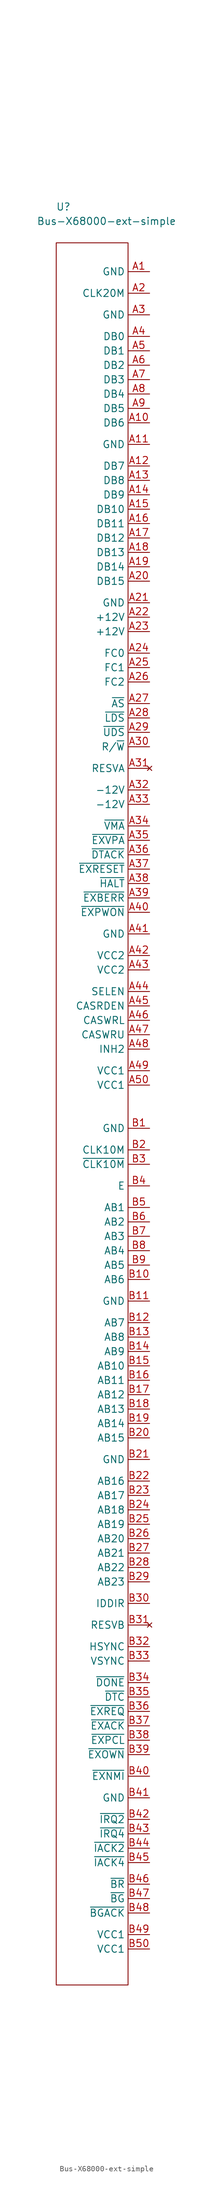
<source format=kicad_sym>
(kicad_symbol_lib
  (version 20211014)
  (generator kicad_symbol_editor)
  (symbol "Bus-X68000-ext-simple"
    (property "Reference" "U"
      (at -5.08 24.13 0)
      (effects (font (size 1.27 1.27))))
    (property "Value" "Bus-X68000-ext-simple"
      (at 2.54 21.59 0)
      (effects (font (size 1.27 1.27))))
    (symbol "Bus-X68000-ext-simple_0_1"
      (rectangle (start -6.35 17.78) (end 6.35 -289.56) (stroke (width 0) (type default) (color 0 0 0 0)) (fill (type none))))
    (symbol "Bus-X68000-ext-simple_1_1"
      (pin power_in line (at 10.16 12.7 180) (length 3.81) (name "GND" (effects (font (size 1.27 1.27)))) (number "A1" (effects (font (size 1.27 1.27)))))
      (pin bidirectional line (at 10.16 -13.97 180) (length 3.81) (name "DB6" (effects (font (size 1.27 1.27)))) (number "A10" (effects (font (size 1.27 1.27)))))
      (pin power_in line (at 10.16 -17.78 180) (length 3.81) (name "GND" (effects (font (size 1.27 1.27)))) (number "A11" (effects (font (size 1.27 1.27)))))
      (pin bidirectional line (at 10.16 -21.59 180) (length 3.81) (name "DB7" (effects (font (size 1.27 1.27)))) (number "A12" (effects (font (size 1.27 1.27)))))
      (pin bidirectional line (at 10.16 -24.13 180) (length 3.81) (name "DB8" (effects (font (size 1.27 1.27)))) (number "A13" (effects (font (size 1.27 1.27)))))
      (pin bidirectional line (at 10.16 -26.67 180) (length 3.81) (name "DB9" (effects (font (size 1.27 1.27)))) (number "A14" (effects (font (size 1.27 1.27)))))
      (pin bidirectional line (at 10.16 -29.21 180) (length 3.81) (name "DB10" (effects (font (size 1.27 1.27)))) (number "A15" (effects (font (size 1.27 1.27)))))
      (pin bidirectional line (at 10.16 -31.75 180) (length 3.81) (name "DB11" (effects (font (size 1.27 1.27)))) (number "A16" (effects (font (size 1.27 1.27)))))
      (pin bidirectional line (at 10.16 -34.29 180) (length 3.81) (name "DB12" (effects (font (size 1.27 1.27)))) (number "A17" (effects (font (size 1.27 1.27)))))
      (pin bidirectional line (at 10.16 -36.83 180) (length 3.81) (name "DB13" (effects (font (size 1.27 1.27)))) (number "A18" (effects (font (size 1.27 1.27)))))
      (pin bidirectional line (at 10.16 -39.37 180) (length 3.81) (name "DB14" (effects (font (size 1.27 1.27)))) (number "A19" (effects (font (size 1.27 1.27)))))
      (pin output line (at 10.16 8.89 180) (length 3.81) (name "CLK20M" (effects (font (size 1.27 1.27)))) (number "A2" (effects (font (size 1.27 1.27)))))
      (pin bidirectional line (at 10.16 -41.91 180) (length 3.81) (name "DB15" (effects (font (size 1.27 1.27)))) (number "A20" (effects (font (size 1.27 1.27)))))
      (pin power_in line (at 10.16 -45.72 180) (length 3.81) (name "GND" (effects (font (size 1.27 1.27)))) (number "A21" (effects (font (size 1.27 1.27)))))
      (pin power_in line (at 10.16 -48.26 180) (length 3.81) (name "+12V" (effects (font (size 1.27 1.27)))) (number "A22" (effects (font (size 1.27 1.27)))))
      (pin power_in line (at 10.16 -50.8 180) (length 3.81) (name "+12V" (effects (font (size 1.27 1.27)))) (number "A23" (effects (font (size 1.27 1.27)))))
      (pin bidirectional line (at 10.16 -54.61 180) (length 3.81) (name "FC0" (effects (font (size 1.27 1.27)))) (number "A24" (effects (font (size 1.27 1.27)))))
      (pin bidirectional line (at 10.16 -57.15 180) (length 3.81) (name "FC1" (effects (font (size 1.27 1.27)))) (number "A25" (effects (font (size 1.27 1.27)))))
      (pin bidirectional line (at 10.16 -59.69 180) (length 3.81) (name "FC2" (effects (font (size 1.27 1.27)))) (number "A26" (effects (font (size 1.27 1.27)))))
      (pin bidirectional line (at 10.16 -63.5 180) (length 3.81) (name "~{AS}" (effects (font (size 1.27 1.27)))) (number "A27" (effects (font (size 1.27 1.27)))))
      (pin bidirectional line (at 10.16 -66.04 180) (length 3.81) (name "~{LDS}" (effects (font (size 1.27 1.27)))) (number "A28" (effects (font (size 1.27 1.27)))))
      (pin bidirectional line (at 10.16 -68.58 180) (length 3.81) (name "~{UDS}" (effects (font (size 1.27 1.27)))) (number "A29" (effects (font (size 1.27 1.27)))))
      (pin power_in line (at 10.16 5.08 180) (length 3.81) (name "GND" (effects (font (size 1.27 1.27)))) (number "A3" (effects (font (size 1.27 1.27)))))
      (pin bidirectional line (at 10.16 -71.12 180) (length 3.81) (name "R/~{W}" (effects (font (size 1.27 1.27)))) (number "A30" (effects (font (size 1.27 1.27)))))
      (pin no_connect line (at 10.16 -74.93 180) (length 3.81) (name "RESVA" (effects (font (size 1.27 1.27)))) (number "A31" (effects (font (size 1.27 1.27)))))
      (pin power_in line (at 10.16 -78.74 180) (length 3.81) (name "-12V" (effects (font (size 1.27 1.27)))) (number "A32" (effects (font (size 1.27 1.27)))))
      (pin power_in line (at 10.16 -81.28 180) (length 3.81) (name "-12V" (effects (font (size 1.27 1.27)))) (number "A33" (effects (font (size 1.27 1.27)))))
      (pin output line (at 10.16 -85.09 180) (length 3.81) (name "~{VMA}" (effects (font (size 1.27 1.27)))) (number "A34" (effects (font (size 1.27 1.27)))))
      (pin input line (at 10.16 -87.63 180) (length 3.81) (name "~{EXVPA}" (effects (font (size 1.27 1.27)))) (number "A35" (effects (font (size 1.27 1.27)))))
      (pin bidirectional line (at 10.16 -90.17 180) (length 3.81) (name "~{DTACK}" (effects (font (size 1.27 1.27)))) (number "A36" (effects (font (size 1.27 1.27)))))
      (pin output line (at 10.16 -92.71 180) (length 3.81) (name "~{EXRESET}" (effects (font (size 1.27 1.27)))) (number "A37" (effects (font (size 1.27 1.27)))))
      (pin bidirectional line (at 10.16 -95.25 180) (length 3.81) (name "~{HALT}" (effects (font (size 1.27 1.27)))) (number "A38" (effects (font (size 1.27 1.27)))))
      (pin bidirectional line (at 10.16 -97.79 180) (length 3.81) (name "~{EXBERR}" (effects (font (size 1.27 1.27)))) (number "A39" (effects (font (size 1.27 1.27)))))
      (pin bidirectional line (at 10.16 1.27 180) (length 3.81) (name "DB0" (effects (font (size 1.27 1.27)))) (number "A4" (effects (font (size 1.27 1.27)))))
      (pin input line (at 10.16 -100.33 180) (length 3.81) (name "~{EXPWON}" (effects (font (size 1.27 1.27)))) (number "A40" (effects (font (size 1.27 1.27)))))
      (pin power_in line (at 10.16 -104.14 180) (length 3.81) (name "GND" (effects (font (size 1.27 1.27)))) (number "A41" (effects (font (size 1.27 1.27)))))
      (pin power_in line (at 10.16 -107.95 180) (length 3.81) (name "VCC2" (effects (font (size 1.27 1.27)))) (number "A42" (effects (font (size 1.27 1.27)))))
      (pin power_in line (at 10.16 -110.49 180) (length 3.81) (name "VCC2" (effects (font (size 1.27 1.27)))) (number "A43" (effects (font (size 1.27 1.27)))))
      (pin output line (at 10.16 -114.3 180) (length 3.81) (name "SELEN" (effects (font (size 1.27 1.27)))) (number "A44" (effects (font (size 1.27 1.27)))))
      (pin output line (at 10.16 -116.84 180) (length 3.81) (name "CASRDEN" (effects (font (size 1.27 1.27)))) (number "A45" (effects (font (size 1.27 1.27)))))
      (pin output line (at 10.16 -119.38 180) (length 3.81) (name "CASWRL" (effects (font (size 1.27 1.27)))) (number "A46" (effects (font (size 1.27 1.27)))))
      (pin output line (at 10.16 -121.92 180) (length 3.81) (name "CASWRU" (effects (font (size 1.27 1.27)))) (number "A47" (effects (font (size 1.27 1.27)))))
      (pin output line (at 10.16 -124.46 180) (length 3.81) (name "INH2" (effects (font (size 1.27 1.27)))) (number "A48" (effects (font (size 1.27 1.27)))))
      (pin power_in line (at 10.16 -128.27 180) (length 3.81) (name "VCC1" (effects (font (size 1.27 1.27)))) (number "A49" (effects (font (size 1.27 1.27)))))
      (pin bidirectional line (at 10.16 -1.27 180) (length 3.81) (name "DB1" (effects (font (size 1.27 1.27)))) (number "A5" (effects (font (size 1.27 1.27)))))
      (pin power_in line (at 10.16 -130.81 180) (length 3.81) (name "VCC1" (effects (font (size 1.27 1.27)))) (number "A50" (effects (font (size 1.27 1.27)))))
      (pin bidirectional line (at 10.16 -3.81 180) (length 3.81) (name "DB2" (effects (font (size 1.27 1.27)))) (number "A6" (effects (font (size 1.27 1.27)))))
      (pin bidirectional line (at 10.16 -6.35 180) (length 3.81) (name "DB3" (effects (font (size 1.27 1.27)))) (number "A7" (effects (font (size 1.27 1.27)))))
      (pin bidirectional line (at 10.16 -8.89 180) (length 3.81) (name "DB4" (effects (font (size 1.27 1.27)))) (number "A8" (effects (font (size 1.27 1.27)))))
      (pin bidirectional line (at 10.16 -11.43 180) (length 3.81) (name "DB5" (effects (font (size 1.27 1.27)))) (number "A9" (effects (font (size 1.27 1.27)))))
      (pin power_in line (at 10.16 -138.43 180) (length 3.81) (name "GND" (effects (font (size 1.27 1.27)))) (number "B1" (effects (font (size 1.27 1.27)))))
      (pin bidirectional line (at 10.16 -165.1 180) (length 3.81) (name "AB6" (effects (font (size 1.27 1.27)))) (number "B10" (effects (font (size 1.27 1.27)))))
      (pin power_in line (at 10.16 -168.91 180) (length 3.81) (name "GND" (effects (font (size 1.27 1.27)))) (number "B11" (effects (font (size 1.27 1.27)))))
      (pin bidirectional line (at 10.16 -172.72 180) (length 3.81) (name "AB7" (effects (font (size 1.27 1.27)))) (number "B12" (effects (font (size 1.27 1.27)))))
      (pin bidirectional line (at 10.16 -175.26 180) (length 3.81) (name "AB8" (effects (font (size 1.27 1.27)))) (number "B13" (effects (font (size 1.27 1.27)))))
      (pin bidirectional line (at 10.16 -177.8 180) (length 3.81) (name "AB9" (effects (font (size 1.27 1.27)))) (number "B14" (effects (font (size 1.27 1.27)))))
      (pin bidirectional line (at 10.16 -180.34 180) (length 3.81) (name "AB10" (effects (font (size 1.27 1.27)))) (number "B15" (effects (font (size 1.27 1.27)))))
      (pin bidirectional line (at 10.16 -182.88 180) (length 3.81) (name "AB11" (effects (font (size 1.27 1.27)))) (number "B16" (effects (font (size 1.27 1.27)))))
      (pin bidirectional line (at 10.16 -185.42 180) (length 3.81) (name "AB12" (effects (font (size 1.27 1.27)))) (number "B17" (effects (font (size 1.27 1.27)))))
      (pin bidirectional line (at 10.16 -187.96 180) (length 3.81) (name "AB13" (effects (font (size 1.27 1.27)))) (number "B18" (effects (font (size 1.27 1.27)))))
      (pin bidirectional line (at 10.16 -190.5 180) (length 3.81) (name "AB14" (effects (font (size 1.27 1.27)))) (number "B19" (effects (font (size 1.27 1.27)))))
      (pin output line (at 10.16 -142.24 180) (length 3.81) (name "CLK10M" (effects (font (size 1.27 1.27)))) (number "B2" (effects (font (size 1.27 1.27)))))
      (pin bidirectional line (at 10.16 -193.04 180) (length 3.81) (name "AB15" (effects (font (size 1.27 1.27)))) (number "B20" (effects (font (size 1.27 1.27)))))
      (pin power_in line (at 10.16 -196.85 180) (length 3.81) (name "GND" (effects (font (size 1.27 1.27)))) (number "B21" (effects (font (size 1.27 1.27)))))
      (pin bidirectional line (at 10.16 -200.66 180) (length 3.81) (name "AB16" (effects (font (size 1.27 1.27)))) (number "B22" (effects (font (size 1.27 1.27)))))
      (pin bidirectional line (at 10.16 -203.2 180) (length 3.81) (name "AB17" (effects (font (size 1.27 1.27)))) (number "B23" (effects (font (size 1.27 1.27)))))
      (pin bidirectional line (at 10.16 -205.74 180) (length 3.81) (name "AB18" (effects (font (size 1.27 1.27)))) (number "B24" (effects (font (size 1.27 1.27)))))
      (pin bidirectional line (at 10.16 -208.28 180) (length 3.81) (name "AB19" (effects (font (size 1.27 1.27)))) (number "B25" (effects (font (size 1.27 1.27)))))
      (pin bidirectional line (at 10.16 -210.82 180) (length 3.81) (name "AB20" (effects (font (size 1.27 1.27)))) (number "B26" (effects (font (size 1.27 1.27)))))
      (pin bidirectional line (at 10.16 -213.36 180) (length 3.81) (name "AB21" (effects (font (size 1.27 1.27)))) (number "B27" (effects (font (size 1.27 1.27)))))
      (pin bidirectional line (at 10.16 -215.9 180) (length 3.81) (name "AB22" (effects (font (size 1.27 1.27)))) (number "B28" (effects (font (size 1.27 1.27)))))
      (pin bidirectional line (at 10.16 -218.44 180) (length 3.81) (name "AB23" (effects (font (size 1.27 1.27)))) (number "B29" (effects (font (size 1.27 1.27)))))
      (pin output line (at 10.16 -144.78 180) (length 3.81) (name "~{CLK10M}" (effects (font (size 1.27 1.27)))) (number "B3" (effects (font (size 1.27 1.27)))))
      (pin output line (at 10.16 -222.25 180) (length 3.81) (name "IDDIR" (effects (font (size 1.27 1.27)))) (number "B30" (effects (font (size 1.27 1.27)))))
      (pin no_connect line (at 10.16 -226.06 180) (length 3.81) (name "RESVB" (effects (font (size 1.27 1.27)))) (number "B31" (effects (font (size 1.27 1.27)))))
      (pin output line (at 10.16 -229.87 180) (length 3.81) (name "HSYNC" (effects (font (size 1.27 1.27)))) (number "B32" (effects (font (size 1.27 1.27)))))
      (pin output line (at 10.16 -232.41 180) (length 3.81) (name "VSYNC" (effects (font (size 1.27 1.27)))) (number "B33" (effects (font (size 1.27 1.27)))))
      (pin output line (at 10.16 -236.22 180) (length 3.81) (name "~{DONE}" (effects (font (size 1.27 1.27)))) (number "B34" (effects (font (size 1.27 1.27)))))
      (pin input line (at 10.16 -238.76 180) (length 3.81) (name "~{DTC}" (effects (font (size 1.27 1.27)))) (number "B35" (effects (font (size 1.27 1.27)))))
      (pin bidirectional line (at 10.16 -241.3 180) (length 3.81) (name "~{EXREQ}" (effects (font (size 1.27 1.27)))) (number "B36" (effects (font (size 1.27 1.27)))))
      (pin output line (at 10.16 -243.84 180) (length 3.81) (name "~{EXACK}" (effects (font (size 1.27 1.27)))) (number "B37" (effects (font (size 1.27 1.27)))))
      (pin bidirectional line (at 10.16 -246.38 180) (length 3.81) (name "~{EXPCL}" (effects (font (size 1.27 1.27)))) (number "B38" (effects (font (size 1.27 1.27)))))
      (pin bidirectional line (at 10.16 -248.92 180) (length 3.81) (name "~{EXOWN}" (effects (font (size 1.27 1.27)))) (number "B39" (effects (font (size 1.27 1.27)))))
      (pin output line (at 10.16 -148.59 180) (length 3.81) (name "E" (effects (font (size 1.27 1.27)))) (number "B4" (effects (font (size 1.27 1.27)))))
      (pin bidirectional line (at 10.16 -252.73 180) (length 3.81) (name "~{EXNMI}" (effects (font (size 1.27 1.27)))) (number "B40" (effects (font (size 1.27 1.27)))))
      (pin power_in line (at 10.16 -256.54 180) (length 3.81) (name "GND" (effects (font (size 1.27 1.27)))) (number "B41" (effects (font (size 1.27 1.27)))))
      (pin input line (at 10.16 -260.35 180) (length 3.81) (name "~{IRQ2}" (effects (font (size 1.27 1.27)))) (number "B42" (effects (font (size 1.27 1.27)))))
      (pin input line (at 10.16 -262.89 180) (length 3.81) (name "~{IRQ4}" (effects (font (size 1.27 1.27)))) (number "B43" (effects (font (size 1.27 1.27)))))
      (pin output line (at 10.16 -265.43 180) (length 3.81) (name "~{IACK2}" (effects (font (size 1.27 1.27)))) (number "B44" (effects (font (size 1.27 1.27)))))
      (pin output line (at 10.16 -267.97 180) (length 3.81) (name "~{IACK4}" (effects (font (size 1.27 1.27)))) (number "B45" (effects (font (size 1.27 1.27)))))
      (pin input line (at 10.16 -271.78 180) (length 3.81) (name "~{BR}" (effects (font (size 1.27 1.27)))) (number "B46" (effects (font (size 1.27 1.27)))))
      (pin output line (at 10.16 -274.32 180) (length 3.81) (name "~{BG}" (effects (font (size 1.27 1.27)))) (number "B47" (effects (font (size 1.27 1.27)))))
      (pin input line (at 10.16 -276.86 180) (length 3.81) (name "~{BGACK}" (effects (font (size 1.27 1.27)))) (number "B48" (effects (font (size 1.27 1.27)))))
      (pin power_in line (at 10.16 -280.67 180) (length 3.81) (name "VCC1" (effects (font (size 1.27 1.27)))) (number "B49" (effects (font (size 1.27 1.27)))))
      (pin bidirectional line (at 10.16 -152.4 180) (length 3.81) (name "AB1" (effects (font (size 1.27 1.27)))) (number "B5" (effects (font (size 1.27 1.27)))))
      (pin power_in line (at 10.16 -283.21 180) (length 3.81) (name "VCC1" (effects (font (size 1.27 1.27)))) (number "B50" (effects (font (size 1.27 1.27)))))
      (pin bidirectional line (at 10.16 -154.94 180) (length 3.81) (name "AB2" (effects (font (size 1.27 1.27)))) (number "B6" (effects (font (size 1.27 1.27)))))
      (pin bidirectional line (at 10.16 -157.48 180) (length 3.81) (name "AB3" (effects (font (size 1.27 1.27)))) (number "B7" (effects (font (size 1.27 1.27)))))
      (pin bidirectional line (at 10.16 -160.02 180) (length 3.81) (name "AB4" (effects (font (size 1.27 1.27)))) (number "B8" (effects (font (size 1.27 1.27)))))
      (pin bidirectional line (at 10.16 -162.56 180) (length 3.81) (name "AB5" (effects (font (size 1.27 1.27)))) (number "B9" (effects (font (size 1.27 1.27))))))))
</source>
